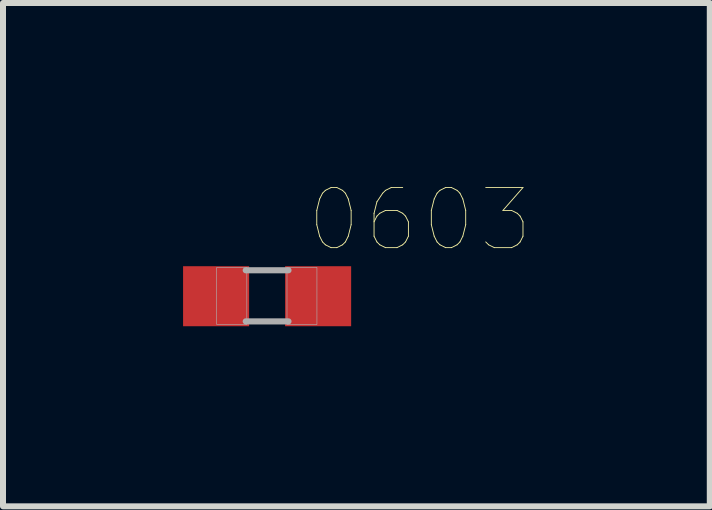
<source format=kicad_pcb>
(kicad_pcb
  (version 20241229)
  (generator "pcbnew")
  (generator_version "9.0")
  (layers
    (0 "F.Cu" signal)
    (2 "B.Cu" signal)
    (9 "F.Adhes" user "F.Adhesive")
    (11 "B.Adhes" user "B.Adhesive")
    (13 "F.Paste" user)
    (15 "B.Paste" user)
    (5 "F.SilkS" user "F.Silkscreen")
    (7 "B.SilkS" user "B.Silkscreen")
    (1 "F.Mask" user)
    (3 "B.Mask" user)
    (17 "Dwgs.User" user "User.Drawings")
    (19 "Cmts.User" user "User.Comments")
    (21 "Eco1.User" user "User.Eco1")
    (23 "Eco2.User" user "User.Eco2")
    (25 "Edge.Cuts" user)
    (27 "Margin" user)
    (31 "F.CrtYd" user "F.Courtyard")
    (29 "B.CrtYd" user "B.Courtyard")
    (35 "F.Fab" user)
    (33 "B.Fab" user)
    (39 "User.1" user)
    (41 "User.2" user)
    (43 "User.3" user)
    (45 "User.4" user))
  (footprint "0603"
    (layer "F.Cu")
    (at 1.4 1.885)
    (property "Reference" "0603" (at 2.545 -1.272 0) (layer "F.SilkS") (effects (font (size 1.002 1.002) (thickness 0.015))))
    (attr through_hole)
    (fp_line (start -0.356 -0.432) (end 0.356 -0.432) (stroke (width 0.102) (type solid)) (layer "F.Fab"))
    (fp_line (start -0.356 0.419) (end 0.356 0.419) (stroke (width 0.102) (type solid)) (layer "F.Fab"))
    (fp_poly (pts (xy -0.84 -0.48) (xy -0.338 -0.48) (xy -0.338 0.471) (xy -0.84 0.471)) (stroke (width 0.01) (type solid)) (fill no) (layer "F.Fab"))
    (fp_poly (pts (xy 0.331 -0.48) (xy 0.83 -0.48) (xy 0.83 0.471) (xy 0.331 0.471)) (stroke (width 0.01) (type solid)) (fill no) (layer "F.Fab"))
    (pad "1" smd rect (at -0.85 0) (size 1.1 1) (layers "F.Cu" "F.Mask" "F.Paste"))
    (pad "2" smd rect (at 0.85 0) (size 1.1 1) (layers "F.Cu" "F.Mask" "F.Paste")))
  (gr_rect
    (start -3 -3)
    (end 8.775 5.385)
    (stroke (width 0.1) (type default))
    (fill no)
    (layer "Edge.Cuts")))
</source>
